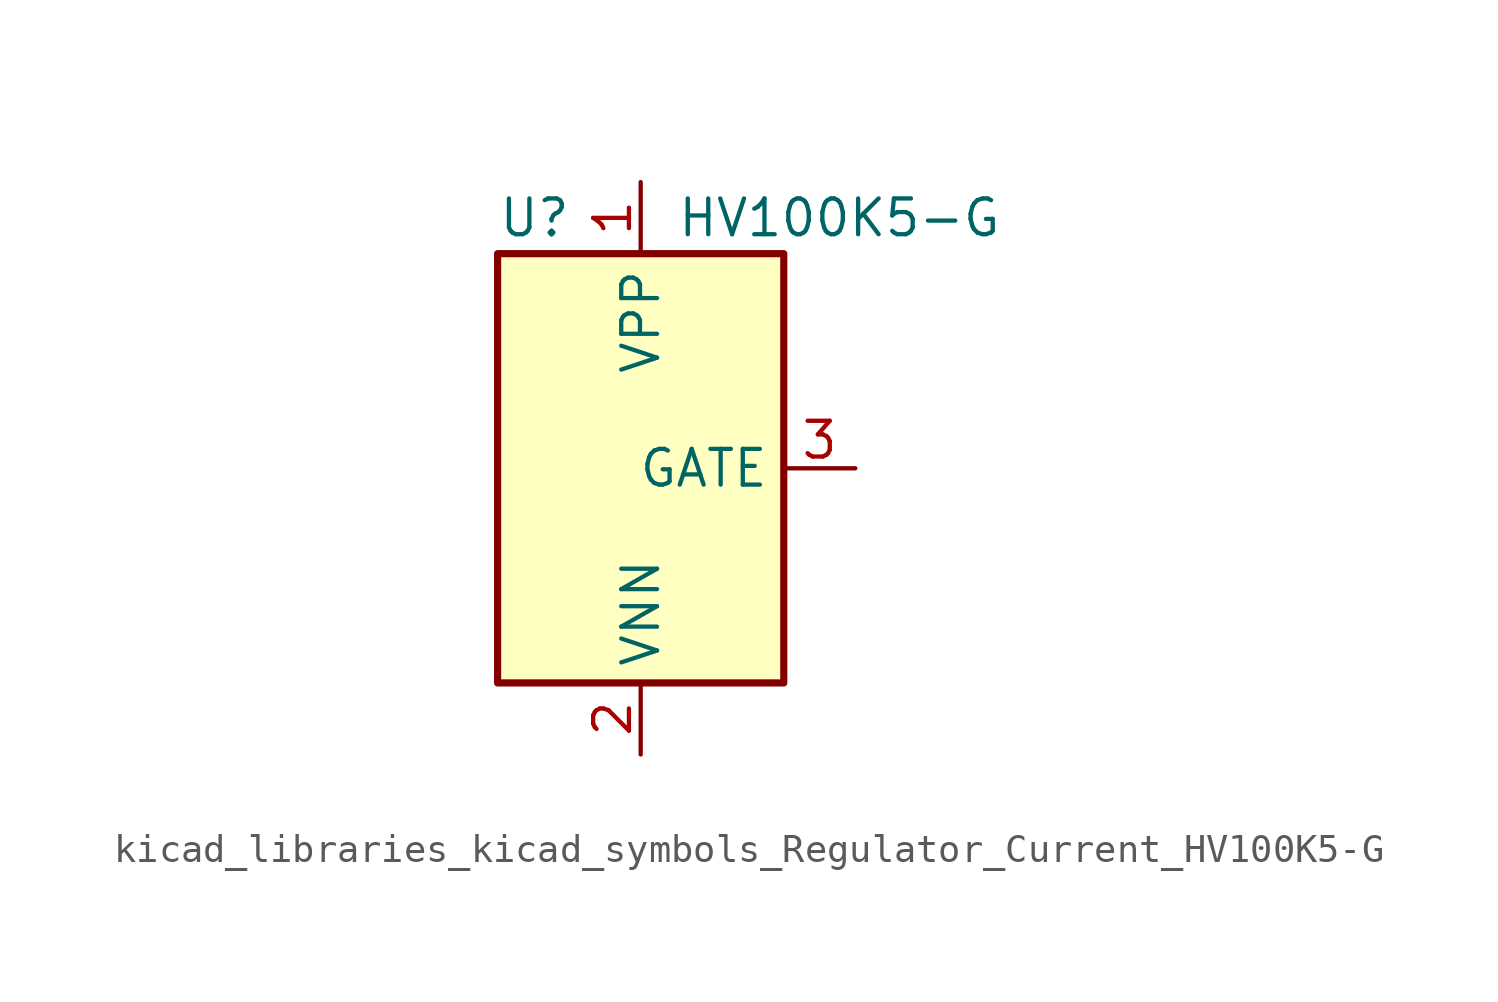
<source format=kicad_sym>
(kicad_symbol_lib
  (version 20220914)
  (generator kicad_symbol_editor)
  (symbol "kicad_libraries_kicad_symbols_Regulator_Current_HV100K5-G"
    (property "Reference" "U"
      (at -5.08 8.89 0)
      (effects (font (size 1.27 1.27)) (justify left)))
    (property "Value" "HV100K5-G"
      (at 1.27 8.89 0)
      (effects (font (size 1.27 1.27)) (justify left)))
    (symbol "kicad_libraries_kicad_symbols_Regulator_Current_HV100K5-G_0_1"
      (rectangle (start -5.08 7.62) (end 5.08 -7.62) (stroke (width 0.254) (type default)) (fill (type background))))
    (symbol "kicad_libraries_kicad_symbols_Regulator_Current_HV100K5-G_1_1"
      (pin power_in line (at 0 10.16 270) (length 2.54) (name "VPP" (effects (font (size 1.27 1.27)))) (number "1" (effects (font (size 1.27 1.27)))))
      (pin power_in line (at 0 -10.16 90) (length 2.54) (name "VNN" (effects (font (size 1.27 1.27)))) (number "2" (effects (font (size 1.27 1.27)))))
      (pin output line (at 7.62 0 180) (length 2.54) (name "GATE" (effects (font (size 1.27 1.27)))) (number "3" (effects (font (size 1.27 1.27))))))))
</source>
